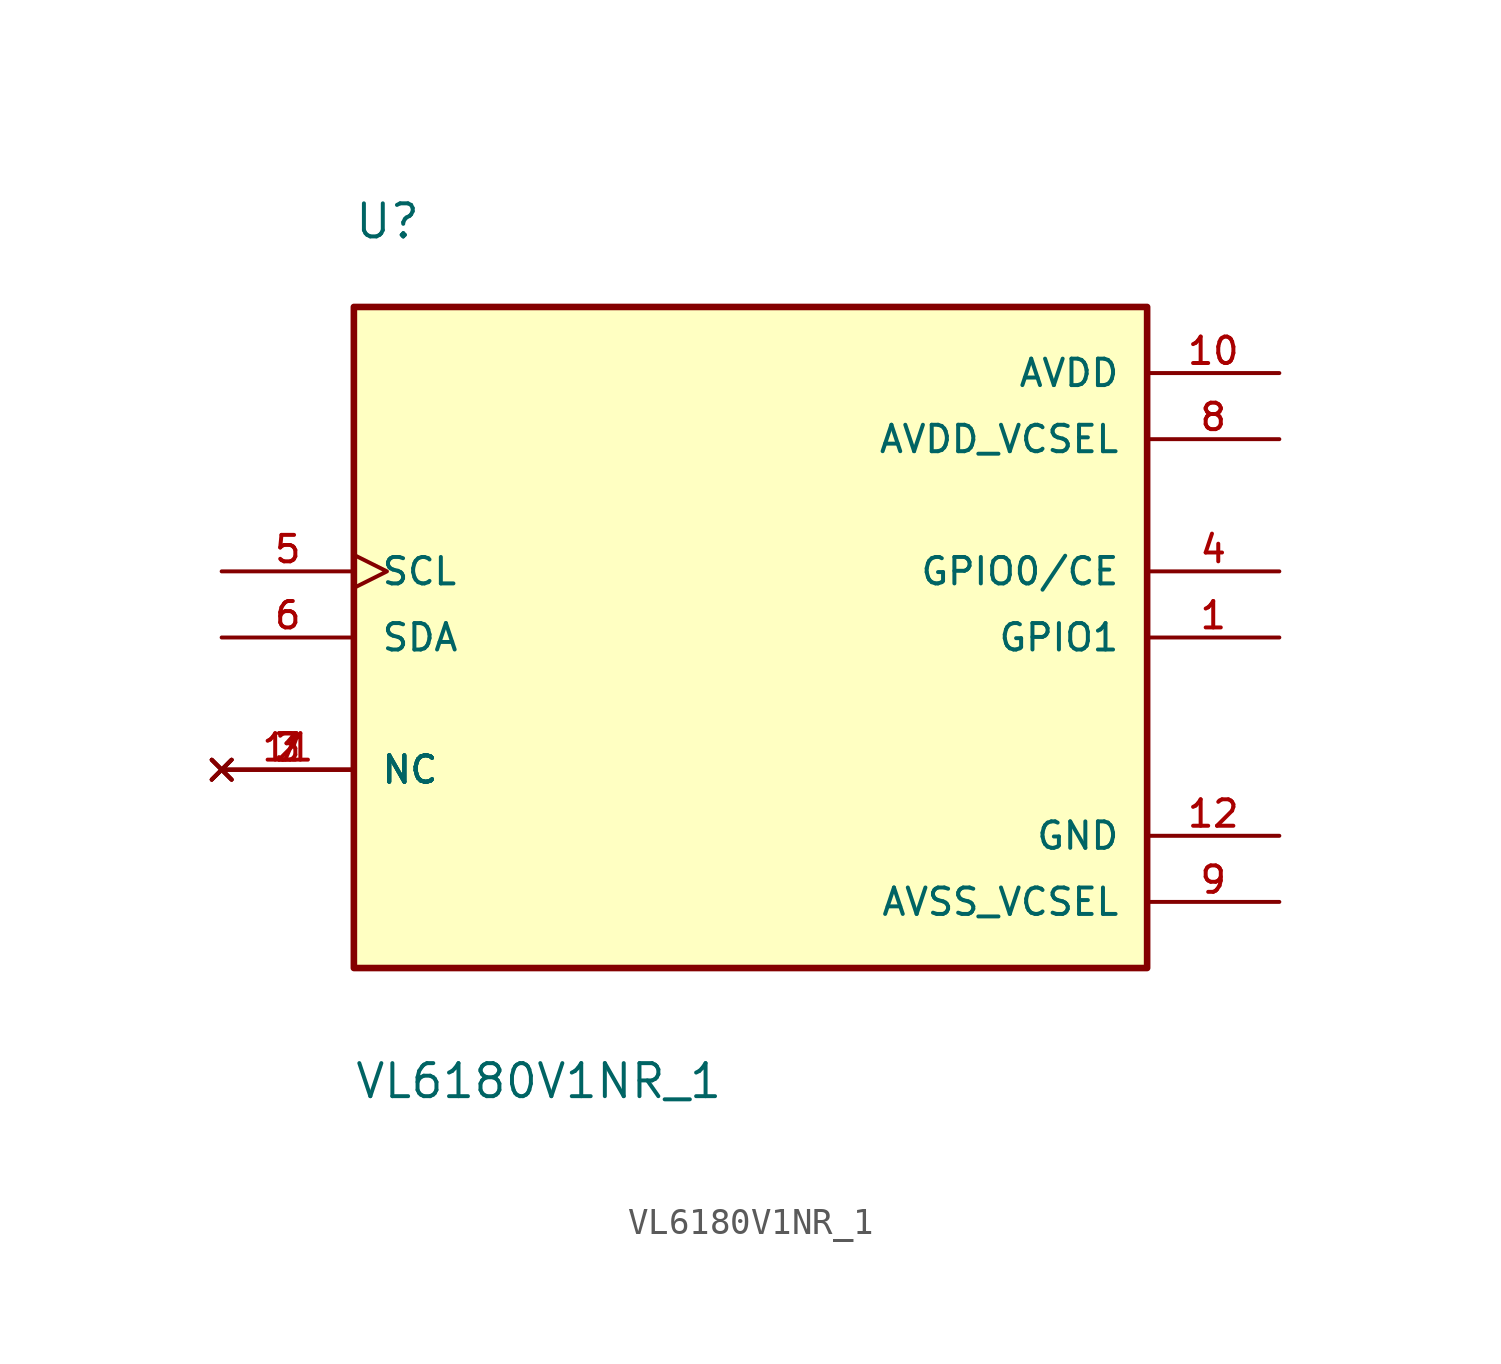
<source format=kicad_sym>
(kicad_symbol_lib
  (version 20211014)
  (generator kicad_symbol_editor)
  (symbol "VL6180V1NR_1"
    (pin_names
      (offset 1.016))
    (property "Reference" "U"
      (at -15.257 15.248 0)
      (effects (font (size 1.27 1.27)) (justify bottom left)))
    (property "Value" "VL6180V1NR_1"
      (at -15.252 -17.788 0)
      (effects (font (size 1.27 1.27)) (justify bottom left)))
    (symbol "VL6180V1NR_1_0_0"
      (rectangle (start -15.24 -12.7) (end 15.24 12.7) (stroke (width 0.254)) (fill (type background)))
      (pin bidirectional line (at 20.32 0.0 180.0) (length 5.08) (name "GPIO1" (effects (font (size 1.016 1.016)))) (number "1" (effects (font (size 1.016 1.016)))))
      (pin bidirectional line (at 20.32 2.54 180.0) (length 5.08) (name "GPIO0/CE" (effects (font (size 1.016 1.016)))) (number "4" (effects (font (size 1.016 1.016)))))
      (pin input clock (at -20.32 2.54 0) (length 5.08) (name "SCL" (effects (font (size 1.016 1.016)))) (number "5" (effects (font (size 1.016 1.016)))))
      (pin bidirectional line (at -20.32 0.0 0) (length 5.08) (name "SDA" (effects (font (size 1.016 1.016)))) (number "6" (effects (font (size 1.016 1.016)))))
      (pin power_in line (at 20.32 7.62 180.0) (length 5.08) (name "AVDD_VCSEL" (effects (font (size 1.016 1.016)))) (number "8" (effects (font (size 1.016 1.016)))))
      (pin power_in line (at 20.32 -10.16 180.0) (length 5.08) (name "AVSS_VCSEL" (effects (font (size 1.016 1.016)))) (number "9" (effects (font (size 1.016 1.016)))))
      (pin power_in line (at 20.32 10.16 180.0) (length 5.08) (name "AVDD" (effects (font (size 1.016 1.016)))) (number "10" (effects (font (size 1.016 1.016)))))
      (pin power_in line (at 20.32 -7.62 180.0) (length 5.08) (name "GND" (effects (font (size 1.016 1.016)))) (number "12" (effects (font (size 1.016 1.016)))))
      (pin no_connect line (at -20.32 -5.08 0) (length 5.08) (name "NC" (effects (font (size 1.016 1.016)))) (number "2" (effects (font (size 1.016 1.016)))))
      (pin no_connect line (at -20.32 -5.08 0) (length 5.08) (name "NC" (effects (font (size 1.016 1.016)))) (number "3" (effects (font (size 1.016 1.016)))))
      (pin no_connect line (at -20.32 -5.08 0) (length 5.08) (name "NC" (effects (font (size 1.016 1.016)))) (number "7" (effects (font (size 1.016 1.016)))))
      (pin no_connect line (at -20.32 -5.08 0) (length 5.08) (name "NC" (effects (font (size 1.016 1.016)))) (number "11" (effects (font (size 1.016 1.016))))))))
</source>
